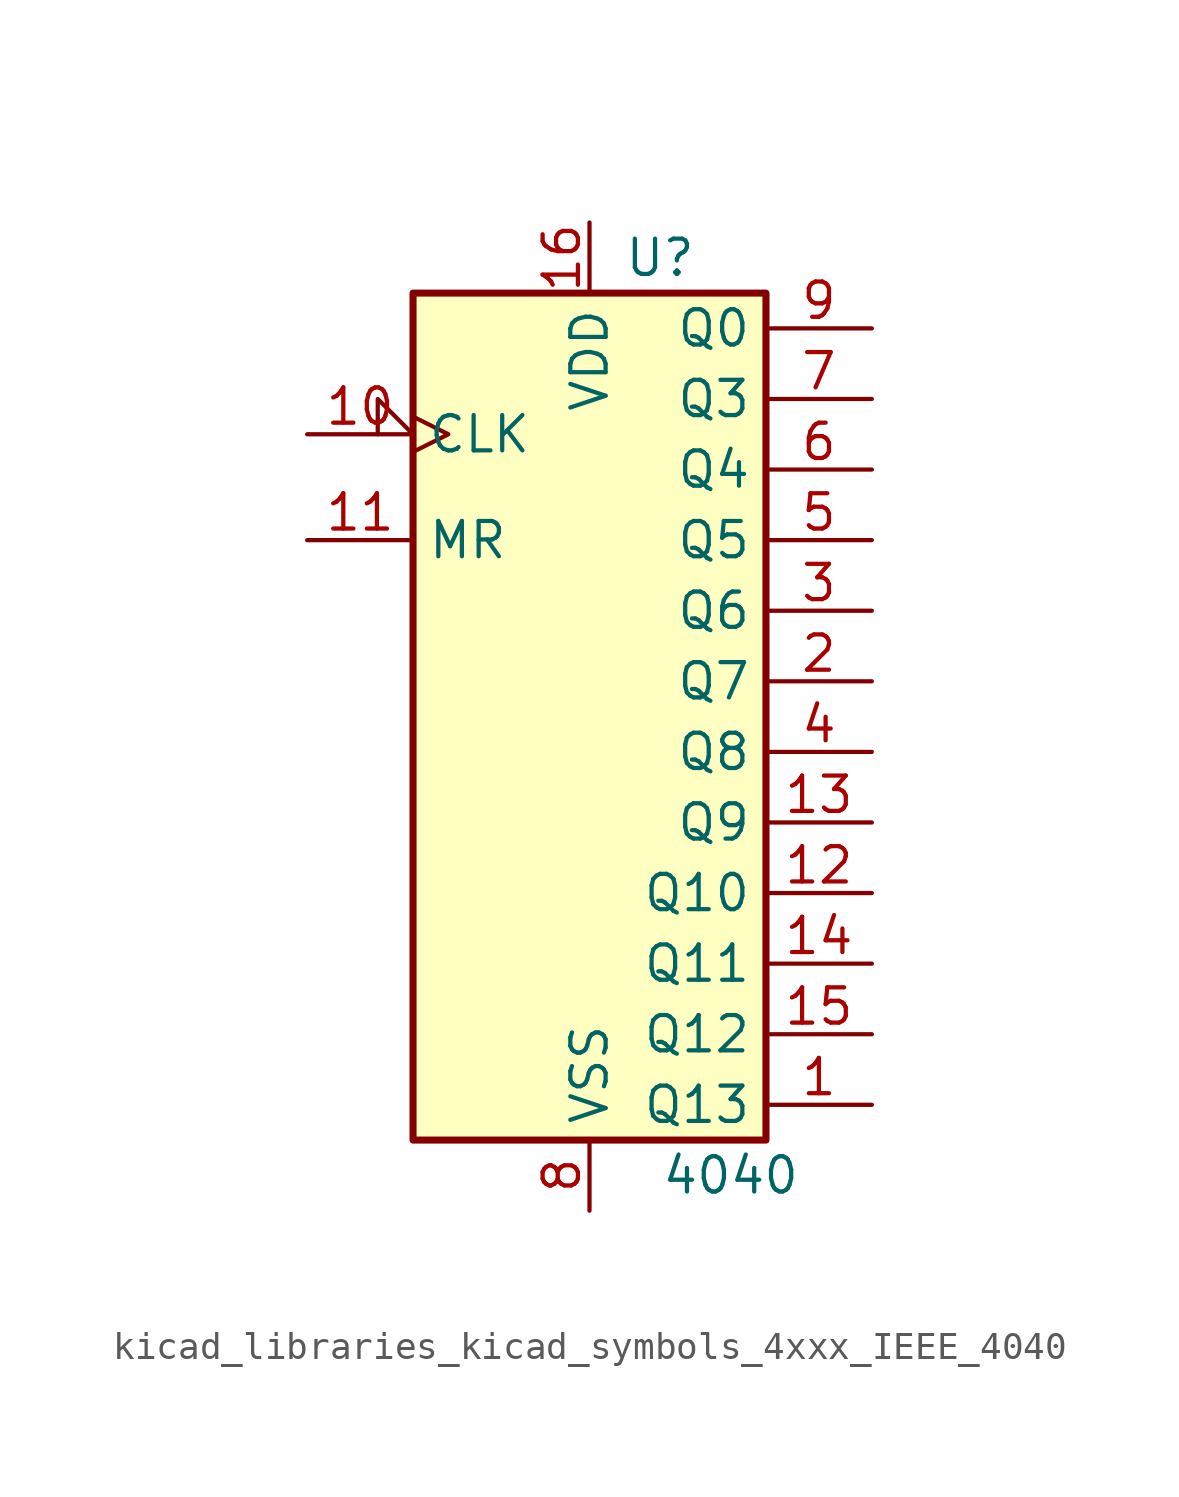
<source format=kicad_sym>
(kicad_symbol_lib
  (version 20220914)
  (generator kicad_symbol_editor)
  (symbol "kicad_libraries_kicad_symbols_4xxx_IEEE_4040"
    (property "Reference" "U"
      (at 2.54 16.51 0)
      (effects (font (size 1.27 1.27))))
    (property "Value" "4040"
      (at 5.08 -16.51 0)
      (effects (font (size 1.27 1.27))))
    (symbol "kicad_libraries_kicad_symbols_4xxx_IEEE_4040_0_0"
      (rectangle (start -6.35 15.24) (end 6.35 -15.24) (stroke (width 0.254) (type default)) (fill (type background)))
      (pin power_in line (at 0 17.78 270) (length 2.54) (name "VDD" (effects (font (size 1.27 1.27)))) (number "16" (effects (font (size 1.27 1.27)))))
      (pin power_in line (at 0 -17.78 90) (length 2.54) (name "VSS" (effects (font (size 1.27 1.27)))) (number "8" (effects (font (size 1.27 1.27))))))
    (symbol "kicad_libraries_kicad_symbols_4xxx_IEEE_4040_1_1"
      (pin output line (at 10.16 -13.97 180) (length 3.81) (name "Q13" (effects (font (size 1.27 1.27)))) (number "1" (effects (font (size 1.27 1.27)))))
      (pin input clock_low (at -10.16 10.16 0) (length 3.81) (name "CLK" (effects (font (size 1.27 1.27)))) (number "10" (effects (font (size 1.27 1.27)))))
      (pin input line (at -10.16 6.35 0) (length 3.81) (name "MR" (effects (font (size 1.27 1.27)))) (number "11" (effects (font (size 1.27 1.27)))))
      (pin output line (at 10.16 -6.35 180) (length 3.81) (name "Q10" (effects (font (size 1.27 1.27)))) (number "12" (effects (font (size 1.27 1.27)))))
      (pin output line (at 10.16 -3.81 180) (length 3.81) (name "Q9" (effects (font (size 1.27 1.27)))) (number "13" (effects (font (size 1.27 1.27)))))
      (pin output line (at 10.16 -8.89 180) (length 3.81) (name "Q11" (effects (font (size 1.27 1.27)))) (number "14" (effects (font (size 1.27 1.27)))))
      (pin output line (at 10.16 -11.43 180) (length 3.81) (name "Q12" (effects (font (size 1.27 1.27)))) (number "15" (effects (font (size 1.27 1.27)))))
      (pin output line (at 10.16 1.27 180) (length 3.81) (name "Q7" (effects (font (size 1.27 1.27)))) (number "2" (effects (font (size 1.27 1.27)))))
      (pin output line (at 10.16 3.81 180) (length 3.81) (name "Q6" (effects (font (size 1.27 1.27)))) (number "3" (effects (font (size 1.27 1.27)))))
      (pin output line (at 10.16 -1.27 180) (length 3.81) (name "Q8" (effects (font (size 1.27 1.27)))) (number "4" (effects (font (size 1.27 1.27)))))
      (pin output line (at 10.16 6.35 180) (length 3.81) (name "Q5" (effects (font (size 1.27 1.27)))) (number "5" (effects (font (size 1.27 1.27)))))
      (pin output line (at 10.16 8.89 180) (length 3.81) (name "Q4" (effects (font (size 1.27 1.27)))) (number "6" (effects (font (size 1.27 1.27)))))
      (pin output line (at 10.16 11.43 180) (length 3.81) (name "Q3" (effects (font (size 1.27 1.27)))) (number "7" (effects (font (size 1.27 1.27)))))
      (pin output line (at 10.16 13.97 180) (length 3.81) (name "Q0" (effects (font (size 1.27 1.27)))) (number "9" (effects (font (size 1.27 1.27))))))))
</source>
